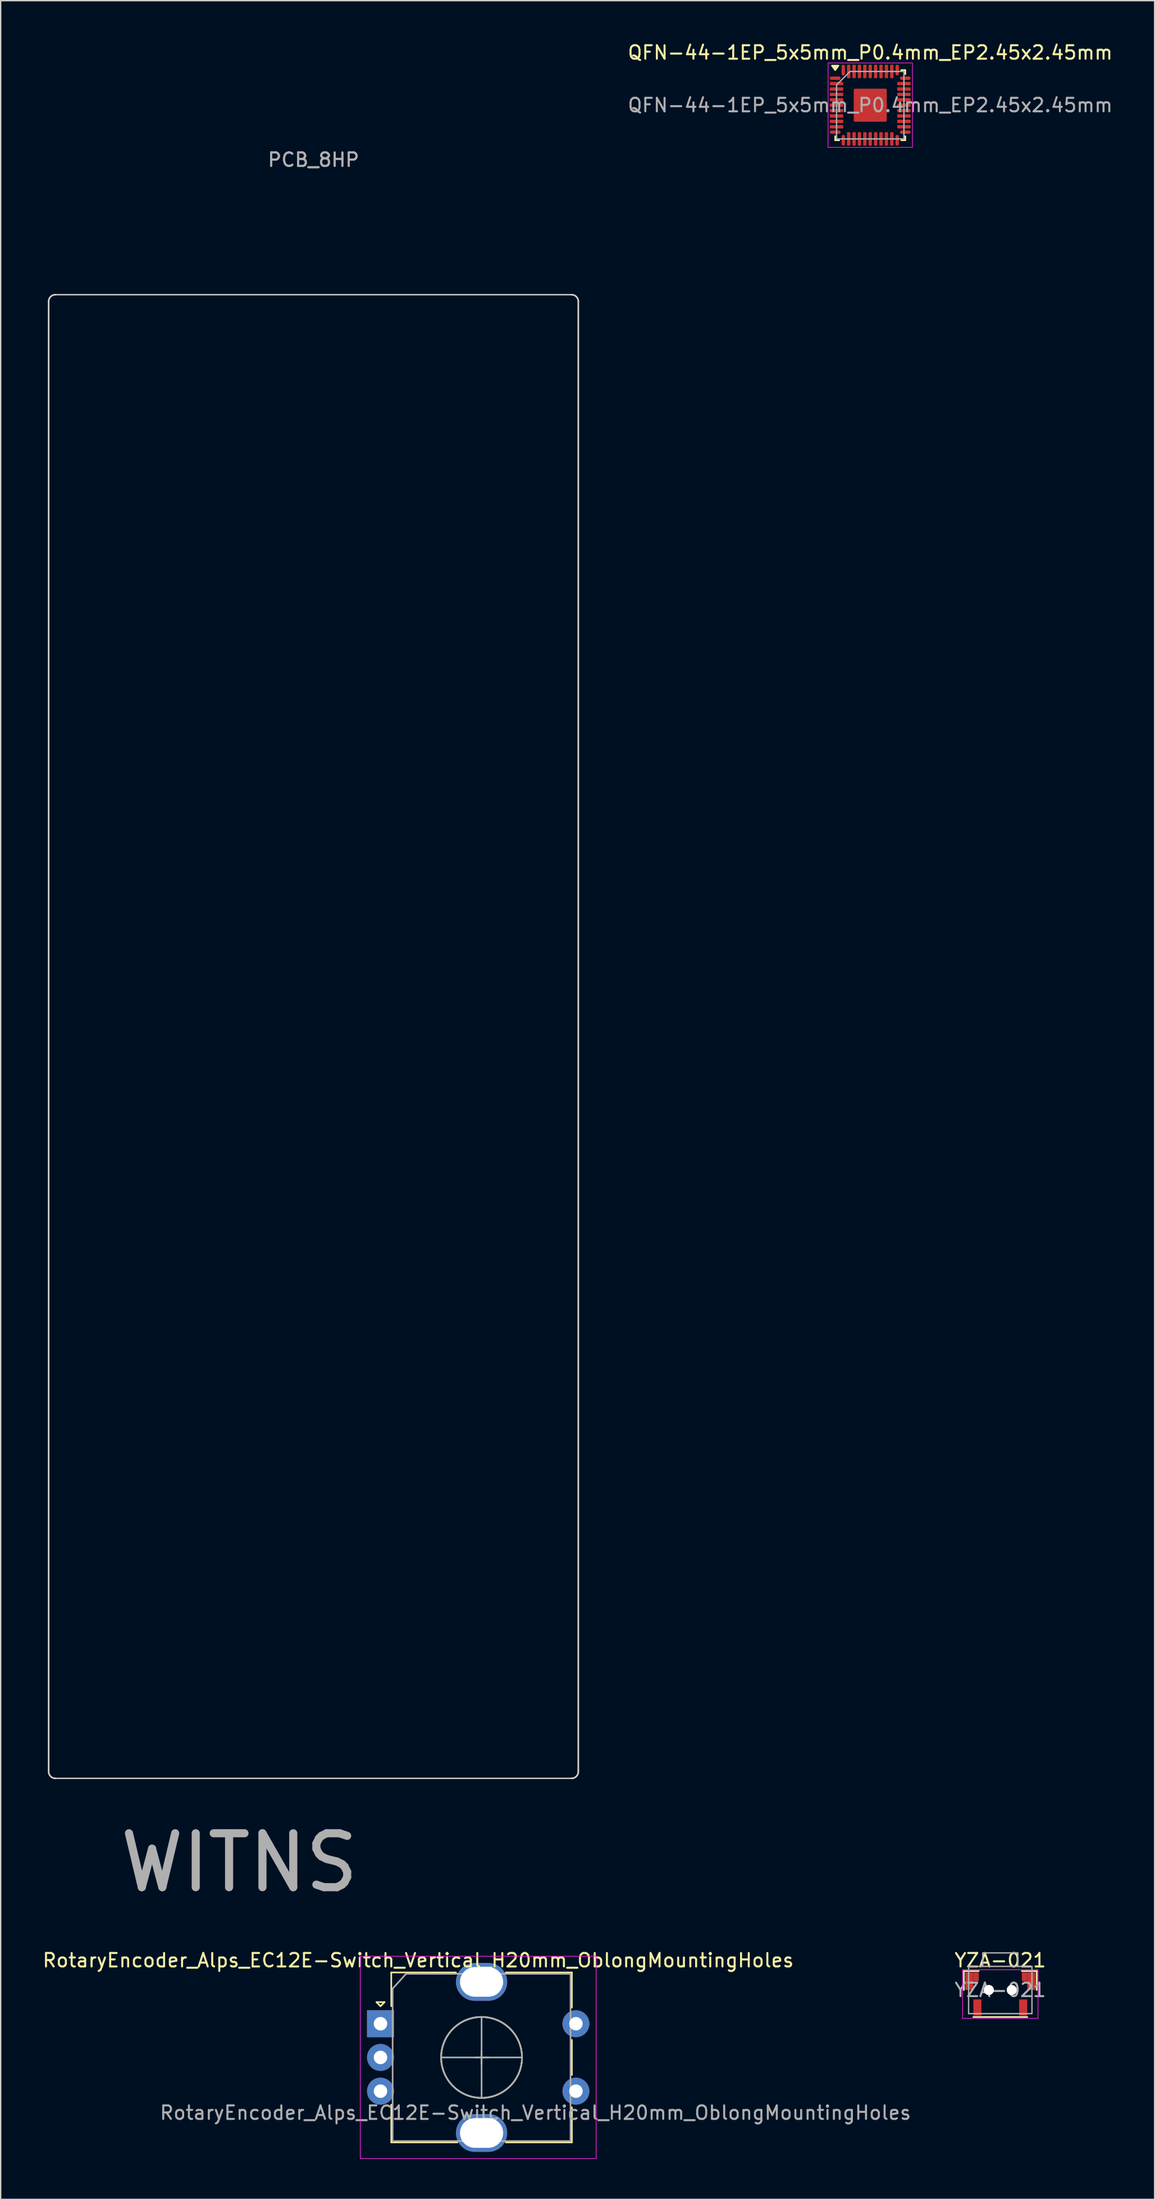
<source format=kicad_pcb>
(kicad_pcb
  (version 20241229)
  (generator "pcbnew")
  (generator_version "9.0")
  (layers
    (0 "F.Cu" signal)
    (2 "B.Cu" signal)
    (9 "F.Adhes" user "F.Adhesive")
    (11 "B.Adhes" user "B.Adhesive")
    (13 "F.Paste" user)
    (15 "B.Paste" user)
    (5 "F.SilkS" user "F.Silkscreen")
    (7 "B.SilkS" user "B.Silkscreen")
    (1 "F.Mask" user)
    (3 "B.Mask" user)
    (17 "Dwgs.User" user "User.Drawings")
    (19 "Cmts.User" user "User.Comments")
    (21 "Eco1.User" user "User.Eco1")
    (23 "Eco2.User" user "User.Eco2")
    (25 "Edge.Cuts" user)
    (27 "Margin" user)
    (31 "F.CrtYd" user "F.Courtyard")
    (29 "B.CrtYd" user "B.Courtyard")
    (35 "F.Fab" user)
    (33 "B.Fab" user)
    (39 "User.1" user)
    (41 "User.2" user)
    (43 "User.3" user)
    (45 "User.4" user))
  (footprint "PCB_8HP"
    (layer "F.Cu")
    (at 20.21 73.798)
    (property "Reference" "PCB_8HP" (at 0 -65 0) (unlocked yes) (layer "F.Fab") (effects (font (size 1 1) (thickness 0.15))))
    (attr through_hole)
    (fp_line (start -19.65 54.5) (end -19.65 -54.5) (stroke (width 0.12) (type solid)) (layer "Edge.Cuts"))
    (fp_line (start -19.15 -55) (end 19.15 -55) (stroke (width 0.1) (type solid)) (layer "Edge.Cuts"))
    (fp_line (start -19.15 55) (end 19.15 55) (stroke (width 0.1) (type solid)) (layer "Edge.Cuts"))
    (fp_line (start 19.65 -54.5) (end 19.65 54.5) (stroke (width 0.12) (type solid)) (layer "Edge.Cuts"))
    (fp_arc (start -19.650001 -54.500001) (mid -19.503554 -54.853554) (end -19.150001 -55.000001) (stroke (width 0.12) (type solid)) (layer "Edge.Cuts"))
    (fp_arc (start -19.150001 55) (mid -19.503554 54.853553) (end -19.650001 54.5) (stroke (width 0.12) (type solid)) (layer "Edge.Cuts"))
    (fp_arc (start 19.15 -55) (mid 19.503553 -54.853553) (end 19.65 -54.5) (stroke (width 0.12) (type solid)) (layer "Edge.Cuts"))
    (fp_arc (start 19.65 54.5) (mid 19.503553 54.853553) (end 19.15 55) (stroke (width 0.12) (type solid)) (layer "Edge.Cuts"))
    (fp_line (start -20.15 -63.75) (end -20.15 63.75) (stroke (width 0.12) (type solid)) (layer "User.2"))
    (fp_line (start -19.65 64.25) (end 19.65 64.25) (stroke (width 0.12) (type solid)) (layer "User.2"))
    (fp_line (start 19.65 -64.25) (end -19.65 -64.25) (stroke (width 0.12) (type solid)) (layer "User.2"))
    (fp_line (start 20.15 63.75) (end 20.15 -63.75) (stroke (width 0.12) (type solid)) (layer "User.2"))
    (fp_arc (start -20.150001 -63.75) (mid -20.003554 -64.103553) (end -19.650001 -64.25) (stroke (width 0.12) (type solid)) (layer "User.2"))
    (fp_arc (start -19.650001 64.25) (mid -20.003554 64.103553) (end -20.150001 63.75) (stroke (width 0.12) (type solid)) (layer "User.2"))
    (fp_arc (start 19.65 -64.25) (mid 20.003553 -64.103553) (end 20.15 -63.75) (stroke (width 0.12) (type solid)) (layer "User.2"))
    (fp_arc (start 20.15 63.75) (mid 20.003553 64.103553) (end 19.65 64.25) (stroke (width 0.12) (type solid)) (layer "User.2"))
    (fp_circle (center -12.7 -61.25) (end -10.579 -61.25) (stroke (width 0.12) (type solid)) (fill no) (layer "User.2"))
    (fp_circle (center -12.7 61.25) (end -10.579 61.25) (stroke (width 0.12) (type solid)) (fill no) (layer "User.2"))
    (fp_circle (center 12.7 -61.25) (end 14.821 -61.25) (stroke (width 0.12) (type solid)) (fill no) (layer "User.2"))
    (fp_circle (center 12.7 61.25) (end 14.821 61.25) (stroke (width 0.12) (type solid)) (fill no) (layer "User.2"))
    (fp_text user "${REFERENCE}" (at 0 -65 0) (unlocked yes) (layer "F.Fab") (effects (font (size 1 1) (thickness 0.15))))
    (fp_text user "WITNS" (at -5.5 61.25 0) (unlocked yes) (layer "F.Fab") (effects (font (size 4 4) (thickness 0.6))))
    (dimension (type orthogonal) (layer "User.4") (pts (xy 40.36 10.048) (xy 0.06 10.048)) (height -8.05) (orientation 0) (format (prefix "") (suffix "") (units 3) (units_format 0) (precision 4) (suppress_zeroes yes)) (style (thickness 0.1) (arrow_length 1.27) (text_position_mode 0) (arrow_direction outward) (extension_height 0.586) (extension_offset 0.5) (keep_text_aligned yes)) (gr_text "40.3" (at 20.21 0.848 0) (layer "User.4") (effects (font (size 1 1) (thickness 0.15))))))
  (footprint "RotaryEncoder_Alps_EC12E-Switch_Vertical_H20mm_OblongMountingHoles"
    (layer "F.Cu")
    (at 32.682 149.489)
    (property "Reference" "RotaryEncoder_Alps_EC12E-Switch_Vertical_H20mm_OblongMountingHoles" (at -4.7 -7.2 0) (layer "F.SilkS") (effects (font (size 1 1) (thickness 0.15))))
    (attr through_hole)
    (fp_line (start -7.8 -4.1) (end -7.2 -4.1) (stroke (width 0.12) (type solid)) (layer "F.SilkS"))
    (fp_line (start -7.5 -3.8) (end -7.8 -4.1) (stroke (width 0.12) (type solid)) (layer "F.SilkS"))
    (fp_line (start -7.2 -4.1) (end -7.5 -3.8) (stroke (width 0.12) (type solid)) (layer "F.SilkS"))
    (fp_line (start -6.7 -6.3) (end -6.7 -3.8) (stroke (width 0.12) (type solid)) (layer "F.SilkS"))
    (fp_line (start -6.7 6.3) (end -6.7 3.5) (stroke (width 0.12) (type solid)) (layer "F.SilkS"))
    (fp_line (start -1.9 -6.3) (end -6.7 -6.3) (stroke (width 0.12) (type solid)) (layer "F.SilkS"))
    (fp_line (start -1.8 6.3) (end -6.7 6.3) (stroke (width 0.12) (type solid)) (layer "F.SilkS"))
    (fp_line (start -0.5 0) (end 0.5 0) (stroke (width 0.12) (type solid)) (layer "F.SilkS"))
    (fp_line (start 0 -0.5) (end 0 0.5) (stroke (width 0.12) (type solid)) (layer "F.SilkS"))
    (fp_line (start 1.8 -6.3) (end 6.7 -6.3) (stroke (width 0.12) (type solid)) (layer "F.SilkS"))
    (fp_line (start 6.7 -6.3) (end 6.7 -3.7) (stroke (width 0.12) (type solid)) (layer "F.SilkS"))
    (fp_line (start 6.7 -1.3) (end 6.7 1.3) (stroke (width 0.12) (type solid)) (layer "F.SilkS"))
    (fp_line (start 6.7 3.7) (end 6.7 6.3) (stroke (width 0.12) (type solid)) (layer "F.SilkS"))
    (fp_line (start 6.7 6.3) (end 1.8 6.3) (stroke (width 0.12) (type solid)) (layer "F.SilkS"))
    (fp_circle (center 0 0) (end 3 0) (stroke (width 0.12) (type solid)) (fill no) (layer "F.SilkS"))
    (fp_line (start -9 -7.5) (end -9 7.5) (stroke (width 0.05) (type solid)) (layer "F.CrtYd"))
    (fp_line (start -9 -7.5) (end 8.5 -7.5) (stroke (width 0.05) (type solid)) (layer "F.CrtYd"))
    (fp_line (start 8.5 7.5) (end -9 7.5) (stroke (width 0.05) (type solid)) (layer "F.CrtYd"))
    (fp_line (start 8.5 7.5) (end 8.5 -7.5) (stroke (width 0.05) (type solid)) (layer "F.CrtYd"))
    (fp_line (start -6.6 -5.1) (end -5.6 -6.2) (stroke (width 0.12) (type solid)) (layer "F.Fab"))
    (fp_line (start -6.6 6.2) (end -6.6 -5.1) (stroke (width 0.12) (type solid)) (layer "F.Fab"))
    (fp_line (start -5.6 -6.2) (end 6.6 -6.2) (stroke (width 0.12) (type solid)) (layer "F.Fab"))
    (fp_line (start -3 0) (end 3 0) (stroke (width 0.12) (type solid)) (layer "F.Fab"))
    (fp_line (start 0 -3) (end 0 3) (stroke (width 0.12) (type solid)) (layer "F.Fab"))
    (fp_line (start 6.6 -6.2) (end 6.6 6.2) (stroke (width 0.12) (type solid)) (layer "F.Fab"))
    (fp_line (start 6.6 6.2) (end -6.6 6.2) (stroke (width 0.12) (type solid)) (layer "F.Fab"))
    (fp_circle (center 0 0) (end 3 0) (stroke (width 0.12) (type solid)) (fill no) (layer "F.Fab"))
    (fp_text user "${REFERENCE}" (at 4 4.1 0) (layer "F.Fab") (effects (font (size 1 1) (thickness 0.15))))
    (pad "A" thru_hole rect (at -7.5 -2.5) (size 2 2) (drill 1) (layers "*.Cu" "*.Mask"))
    (pad "B" thru_hole circle (at -7.5 2.5) (size 2 2) (drill 1) (layers "*.Cu" "*.Mask"))
    (pad "C" thru_hole circle (at -7.5 0) (size 2 2) (drill 1) (layers "*.Cu" "*.Mask"))
    (pad "MP" thru_hole oval (at 0 -5.6) (size 3.8 2.8) (drill oval 3.2 2.2) (layers "*.Cu" "*.Mask"))
    (pad "MP" thru_hole oval (at 0 5.6) (size 3.8 2.8) (drill oval 3.2 2.2) (layers "*.Cu" "*.Mask"))
    (pad "S1" thru_hole circle (at 7 -2.5) (size 2 2) (drill 1) (layers "*.Cu" "*.Mask"))
    (pad "S2" thru_hole circle (at 7 2.5) (size 2 2) (drill 1) (layers "*.Cu" "*.Mask")))
  (footprint "YZA-021"
    (layer "F.Cu")
    (at 71.17 144.489)
    (property "Reference" "YZA-021" (at 0 -2.2 0) (layer "F.SilkS") (effects (font (size 1 1) (thickness 0.15))))
    (attr smd)
    (fp_line (start -2.7 0) (end -2.7 -1.4) (stroke (width 0.12) (type solid)) (layer "F.SilkS"))
    (fp_line (start -1.6 -1.4) (end -2.7 -1.4) (stroke (width 0.12) (type solid)) (layer "F.SilkS"))
    (fp_line (start 2 2) (end -2 2) (stroke (width 0.12) (type solid)) (layer "F.SilkS"))
    (fp_line (start 2.7 -1.4) (end 1.6 -1.4) (stroke (width 0.12) (type solid)) (layer "F.SilkS"))
    (fp_line (start 2.7 0) (end 2.7 -1.4) (stroke (width 0.12) (type solid)) (layer "F.SilkS"))
    (fp_line (start -2.8 2.1) (end -2.8 -1.5) (stroke (width 0.05) (type solid)) (layer "F.CrtYd"))
    (fp_line (start 2.8 -1.5) (end -2.8 -1.5) (stroke (width 0.05) (type solid)) (layer "F.CrtYd"))
    (fp_line (start 2.8 2.1) (end -2.8 2.1) (stroke (width 0.05) (type solid)) (layer "F.CrtYd"))
    (fp_line (start 2.8 2.1) (end 2.8 -1.5) (stroke (width 0.05) (type solid)) (layer "F.CrtYd"))
    (fp_line (start -2.35 1.75) (end -2.35 -1.75) (stroke (width 0.1) (type solid)) (layer "F.Fab"))
    (fp_line (start -1.3 -2.75) (end -1.3 -1.75) (stroke (width 0.1) (type solid)) (layer "F.Fab"))
    (fp_line (start 1.3 -2.75) (end -1.3 -2.75) (stroke (width 0.1) (type solid)) (layer "F.Fab"))
    (fp_line (start 1.3 -2.75) (end 1.3 -1.75) (stroke (width 0.1) (type solid)) (layer "F.Fab"))
    (fp_line (start 2.35 -1.75) (end -2.35 -1.75) (stroke (width 0.1) (type solid)) (layer "F.Fab"))
    (fp_line (start 2.35 1.75) (end -2.35 1.75) (stroke (width 0.1) (type solid)) (layer "F.Fab"))
    (fp_line (start 2.35 1.75) (end 2.35 -1.75) (stroke (width 0.1) (type solid)) (layer "F.Fab"))
    (fp_text user "${REFERENCE}" (at 0 0 0) (layer "F.Fab") (effects (font (size 1 1) (thickness 0.15))))
    (pad "" np_thru_hole circle (at -0.85 0 180) (size 0.75 0.75) (drill 0.75) (layers "*.Cu" "*.Mask"))
    (pad "" np_thru_hole circle (at 0.85 0 180) (size 0.75 0.75) (drill 0.75) (layers "*.Cu" "*.Mask"))
    (pad "1" smd rect (at -1.7 1.3 180) (size 0.6 1.2) (layers "F.Cu" "F.Mask" "F.Paste"))
    (pad "2" smd rect (at 1.7 1.3 180) (size 0.6 1.2) (layers "F.Cu" "F.Mask" "F.Paste"))
    (pad "3" smd rect (at 1.8 -0.975 180) (size 0.4 0.65) (layers "F.Cu" "F.Mask" "F.Paste"))
    (pad "3" smd rect (at 2.3 -0.65 180) (size 0.6 1.3) (layers "F.Cu" "F.Mask" "F.Paste"))
    (pad "4" smd rect (at -2.3 -0.65 180) (size 0.6 1.3) (layers "F.Cu" "F.Mask" "F.Paste"))
    (pad "4" smd rect (at -1.8 -0.975 180) (size 0.4 0.65) (layers "F.Cu" "F.Mask" "F.Paste")))
  (footprint "QFN-44-1EP_5x5mm_P0.4mm_EP2.45x2.45mm"
    (layer "F.Cu")
    (at 61.521 4.748)
    (property "Reference" "QFN-44-1EP_5x5mm_P0.4mm_EP2.45x2.45mm" (at 0 -3.9 0) (layer "F.SilkS") (effects (font (size 1 1) (thickness 0.15))))
    (attr smd)
    (fp_line (start -2.6 2.6) (end -2.6 2.3) (stroke (width 0.12) (type solid)) (layer "F.SilkS"))
    (fp_line (start -2.3 2.6) (end -2.6 2.6) (stroke (width 0.12) (type solid)) (layer "F.SilkS"))
    (fp_line (start 2.3 -2.6) (end 2.6 -2.6) (stroke (width 0.12) (type solid)) (layer "F.SilkS"))
    (fp_line (start 2.3 2.6) (end 2.6 2.6) (stroke (width 0.12) (type solid)) (layer "F.SilkS"))
    (fp_line (start 2.6 -2.6) (end 2.6 -2.3) (stroke (width 0.12) (type solid)) (layer "F.SilkS"))
    (fp_line (start 2.6 2.6) (end 2.6 2.3) (stroke (width 0.12) (type solid)) (layer "F.SilkS"))
    (fp_poly (pts (xy -2.6 -2.6) (xy -2.84 -2.93) (xy -2.36 -2.93)) (stroke (width 0.12) (type solid)) (fill yes) (layer "F.SilkS"))
    (fp_rect (start -3.13 -3.13) (end 3.13 3.13) (stroke (width 0.05) (type solid)) (fill no) (layer "F.CrtYd"))
    (fp_poly (pts (xy -2.5 -1.5) (xy -2.5 2.5) (xy 2.5 2.5) (xy 2.5 -2.5) (xy -1.5 -2.5)) (stroke (width 0.1) (type solid)) (fill no) (layer "F.Fab"))
    (fp_text user "${REFERENCE}" (at 0 0 0) (layer "F.Fab") (effects (font (size 1 1) (thickness 0.15))))
    (pad "" smd roundrect (at -0.6 -0.6) (size 1 1) (layers "F.Paste") (roundrect_rratio 0.238))
    (pad "" smd roundrect (at -0.6 0.6) (size 1 1) (layers "F.Paste") (roundrect_rratio 0.238))
    (pad "" smd roundrect (at 0.6 -0.6) (size 1 1) (layers "F.Paste") (roundrect_rratio 0.238))
    (pad "" smd roundrect (at 0.6 0.6) (size 1 1) (layers "F.Paste") (roundrect_rratio 0.238))
    (pad "1" smd roundrect (at -2.6 -2) (size 0.8 0.25) (layers "F.Cu" "F.Mask" "F.Paste") (roundrect_rratio 0.5))
    (pad "2" smd roundrect (at -2.5 -1.6) (size 1 0.25) (layers "F.Cu" "F.Mask" "F.Paste") (roundrect_rratio 0.25))
    (pad "3" smd roundrect (at -2.5 -1.2) (size 1 0.25) (layers "F.Cu" "F.Mask" "F.Paste") (roundrect_rratio 0.25))
    (pad "4" smd roundrect (at -2.5 -0.8) (size 1 0.25) (layers "F.Cu" "F.Mask" "F.Paste") (roundrect_rratio 0.25))
    (pad "5" smd roundrect (at -2.5 -0.4) (size 1 0.25) (layers "F.Cu" "F.Mask" "F.Paste") (roundrect_rratio 0.25))
    (pad "6" smd roundrect (at -2.5 0) (size 1 0.25) (layers "F.Cu" "F.Mask" "F.Paste") (roundrect_rratio 0.25))
    (pad "7" smd roundrect (at -2.5 0.4) (size 1 0.25) (layers "F.Cu" "F.Mask" "F.Paste") (roundrect_rratio 0.25))
    (pad "8" smd roundrect (at -2.5 0.8) (size 1 0.25) (layers "F.Cu" "F.Mask" "F.Paste") (roundrect_rratio 0.25))
    (pad "9" smd roundrect (at -2.5 1.2) (size 1 0.25) (layers "F.Cu" "F.Mask" "F.Paste") (roundrect_rratio 0.25))
    (pad "10" smd roundrect (at -2.5 1.6) (size 1 0.25) (layers "F.Cu" "F.Mask" "F.Paste") (roundrect_rratio 0.25))
    (pad "11" smd roundrect (at -2.6 2) (size 0.8 0.25) (layers "F.Cu" "F.Mask" "F.Paste") (roundrect_rratio 0.5))
    (pad "12" smd roundrect (at -2 2.6) (size 0.25 0.8) (layers "F.Cu" "F.Mask" "F.Paste") (roundrect_rratio 0.5))
    (pad "13" smd roundrect (at -1.6 2.5) (size 0.25 1) (layers "F.Cu" "F.Mask" "F.Paste") (roundrect_rratio 0.25))
    (pad "14" smd roundrect (at -1.2 2.5) (size 0.25 1) (layers "F.Cu" "F.Mask" "F.Paste") (roundrect_rratio 0.25))
    (pad "15" smd roundrect (at -0.8 2.5) (size 0.25 1) (layers "F.Cu" "F.Mask" "F.Paste") (roundrect_rratio 0.25))
    (pad "16" smd roundrect (at -0.4 2.5) (size 0.25 1) (layers "F.Cu" "F.Mask" "F.Paste") (roundrect_rratio 0.25))
    (pad "17" smd roundrect (at 0 2.5) (size 0.25 1) (layers "F.Cu" "F.Mask" "F.Paste") (roundrect_rratio 0.25))
    (pad "18" smd roundrect (at 0.4 2.5) (size 0.25 1) (layers "F.Cu" "F.Mask" "F.Paste") (roundrect_rratio 0.25))
    (pad "19" smd roundrect (at 0.8 2.5) (size 0.25 1) (layers "F.Cu" "F.Mask" "F.Paste") (roundrect_rratio 0.25))
    (pad "20" smd roundrect (at 1.2 2.5) (size 0.25 1) (layers "F.Cu" "F.Mask" "F.Paste") (roundrect_rratio 0.25))
    (pad "21" smd roundrect (at 1.6 2.5) (size 0.25 1) (layers "F.Cu" "F.Mask" "F.Paste") (roundrect_rratio 0.25))
    (pad "22" smd roundrect (at 2 2.6) (size 0.25 0.8) (layers "F.Cu" "F.Mask" "F.Paste") (roundrect_rratio 0.5))
    (pad "23" smd roundrect (at 2.6 2) (size 0.8 0.25) (layers "F.Cu" "F.Mask" "F.Paste") (roundrect_rratio 0.5))
    (pad "24" smd roundrect (at 2.5 1.6) (size 1 0.25) (layers "F.Cu" "F.Mask" "F.Paste") (roundrect_rratio 0.25))
    (pad "25" smd roundrect (at 2.5 1.2) (size 1 0.25) (layers "F.Cu" "F.Mask" "F.Paste") (roundrect_rratio 0.25))
    (pad "26" smd roundrect (at 2.5 0.8) (size 1 0.25) (layers "F.Cu" "F.Mask" "F.Paste") (roundrect_rratio 0.25))
    (pad "27" smd roundrect (at 2.5 0.4) (size 1 0.25) (layers "F.Cu" "F.Mask" "F.Paste") (roundrect_rratio 0.25))
    (pad "28" smd roundrect (at 2.5 0) (size 1 0.25) (layers "F.Cu" "F.Mask" "F.Paste") (roundrect_rratio 0.25))
    (pad "29" smd roundrect (at 2.5 -0.4) (size 1 0.25) (layers "F.Cu" "F.Mask" "F.Paste") (roundrect_rratio 0.25))
    (pad "30" smd roundrect (at 2.5 -0.8) (size 1 0.25) (layers "F.Cu" "F.Mask" "F.Paste") (roundrect_rratio 0.25))
    (pad "31" smd roundrect (at 2.5 -1.2) (size 1 0.25) (layers "F.Cu" "F.Mask" "F.Paste") (roundrect_rratio 0.25))
    (pad "32" smd roundrect (at 2.5 -1.6) (size 1 0.25) (layers "F.Cu" "F.Mask" "F.Paste") (roundrect_rratio 0.25))
    (pad "33" smd roundrect (at 2.6 -2) (size 0.8 0.25) (layers "F.Cu" "F.Mask" "F.Paste") (roundrect_rratio 0.5))
    (pad "34" smd roundrect (at 2 -2.6) (size 0.25 0.8) (layers "F.Cu" "F.Mask" "F.Paste") (roundrect_rratio 0.5))
    (pad "35" smd roundrect (at 1.6 -2.5) (size 0.25 1) (layers "F.Cu" "F.Mask" "F.Paste") (roundrect_rratio 0.25))
    (pad "36" smd roundrect (at 1.2 -2.5) (size 0.25 1) (layers "F.Cu" "F.Mask" "F.Paste") (roundrect_rratio 0.25))
    (pad "37" smd roundrect (at 0.8 -2.5) (size 0.25 1) (layers "F.Cu" "F.Mask" "F.Paste") (roundrect_rratio 0.25))
    (pad "38" smd roundrect (at 0.4 -2.5) (size 0.25 1) (layers "F.Cu" "F.Mask" "F.Paste") (roundrect_rratio 0.25))
    (pad "39" smd roundrect (at 0 -2.5) (size 0.25 1) (layers "F.Cu" "F.Mask" "F.Paste") (roundrect_rratio 0.25))
    (pad "40" smd roundrect (at -0.4 -2.5) (size 0.25 1) (layers "F.Cu" "F.Mask" "F.Paste") (roundrect_rratio 0.25))
    (pad "41" smd roundrect (at -0.8 -2.5) (size 0.25 1) (layers "F.Cu" "F.Mask" "F.Paste") (roundrect_rratio 0.25))
    (pad "42" smd roundrect (at -1.2 -2.5) (size 0.25 1) (layers "F.Cu" "F.Mask" "F.Paste") (roundrect_rratio 0.25))
    (pad "43" smd roundrect (at -1.6 -2.5) (size 0.25 1) (layers "F.Cu" "F.Mask" "F.Paste") (roundrect_rratio 0.25))
    (pad "44" smd roundrect (at -2 -2.6) (size 0.25 0.8) (layers "F.Cu" "F.Mask" "F.Paste") (roundrect_rratio 0.5))
    (pad "45" smd roundrect (at 0 0) (size 2.45 2.45) (property pad_prop_heatsink) (layers "F.Cu" "F.Mask") (roundrect_rratio 0.041)))
  (gr_rect
    (start -3 -3)
    (end 82.622 160.014)
    (stroke (width 0.1) (type default))
    (fill no)
    (layer "Edge.Cuts")))
</source>
